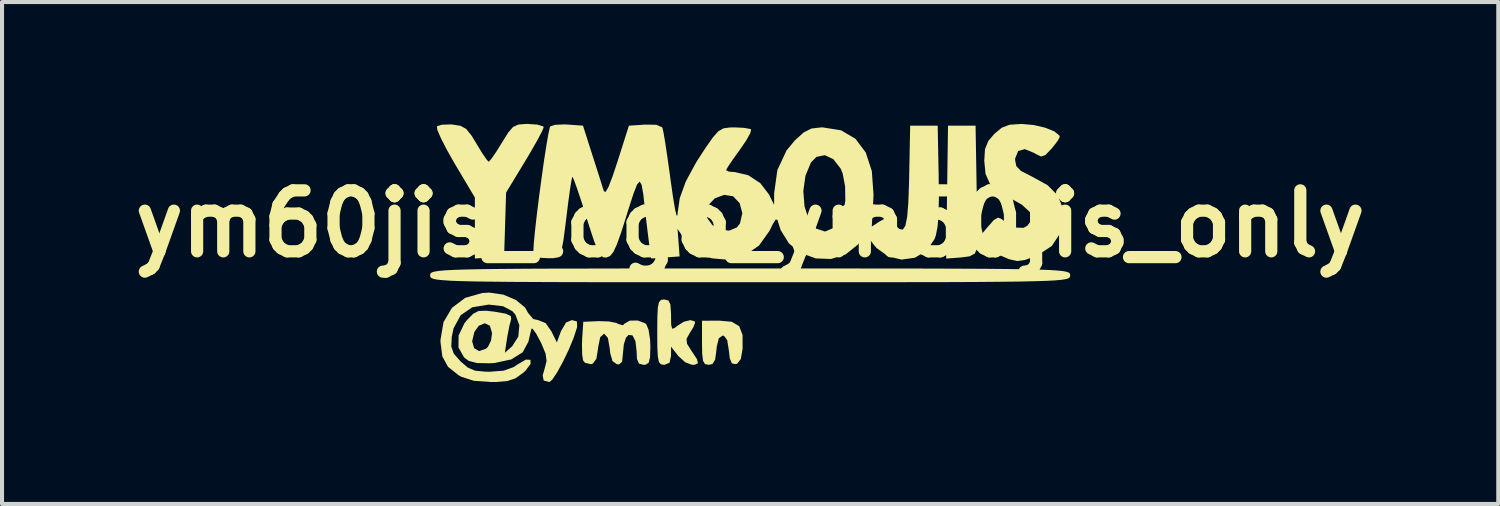
<source format=kicad_pcb>
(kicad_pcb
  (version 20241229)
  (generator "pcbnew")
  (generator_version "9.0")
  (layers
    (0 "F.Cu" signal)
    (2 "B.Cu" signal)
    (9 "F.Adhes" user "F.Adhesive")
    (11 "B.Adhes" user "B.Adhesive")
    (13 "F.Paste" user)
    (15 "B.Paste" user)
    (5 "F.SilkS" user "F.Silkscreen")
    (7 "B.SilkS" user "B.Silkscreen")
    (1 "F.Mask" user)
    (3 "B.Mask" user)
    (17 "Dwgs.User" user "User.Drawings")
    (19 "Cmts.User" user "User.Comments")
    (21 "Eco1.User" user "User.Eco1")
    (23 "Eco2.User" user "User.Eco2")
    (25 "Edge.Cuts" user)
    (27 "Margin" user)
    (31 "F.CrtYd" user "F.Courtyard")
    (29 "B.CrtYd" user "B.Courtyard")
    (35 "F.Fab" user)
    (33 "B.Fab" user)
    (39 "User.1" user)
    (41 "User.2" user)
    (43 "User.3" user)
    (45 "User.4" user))
  (footprint "ym60jis_logo_ym60jis_only"
    (layer "F.Cu")
    (at 15.407 2.455)
    (property "Reference" "ym60jis_logo_ym60jis_only" (at 0 0 0) (layer "F.SilkS") (effects (font (size 1.5 1.5) (thickness 0.3))))
    (attr board_only exclude_from_pos_files exclude_from_bom)
    (fp_poly (pts (xy -0.453 2.412) (xy -0.269 2.521) (xy -0.187 2.737) (xy -0.186 3.072) (xy -0.229 3.327) (xy -0.319 3.443) (xy -0.355 3.455) (xy -0.449 3.437) (xy -0.501 3.313) (xy -0.524 3.117) (xy -0.565 2.863) (xy -0.644 2.758) (xy -0.677 2.752) (xy -0.771 2.817) (xy -0.822 3.026) (xy -0.83 3.111) (xy -0.862 3.345) (xy -0.928 3.451) (xy -1.021 3.471) (xy -1.111 3.453) (xy -1.16 3.371) (xy -1.181 3.191) (xy -1.185 2.929) (xy -1.185 2.387) (xy -0.762 2.384)) (stroke (width 0) (type solid)) (fill yes) (layer "F.SilkS"))
    (fp_poly (pts (xy -5.231 -2.439) (xy -5.096 -2.397) (xy -5.08 -2.374) (xy -5.122 -2.271) (xy -5.234 -2.059) (xy -5.398 -1.771) (xy -5.542 -1.529) (xy -6.005 -0.767) (xy -6.029 0.019) (xy -6.054 0.804) (xy -6.413 0.83) (xy -6.773 0.856) (xy -6.773 0.106) (xy -6.773 -0.645) (xy -7.274 -1.486) (xy -7.465 -1.824) (xy -7.611 -2.109) (xy -7.697 -2.311) (xy -7.708 -2.398) (xy -7.588 -2.436) (xy -7.373 -2.444) (xy -7.317 -2.44) (xy -7.124 -2.409) (xy -6.985 -2.331) (xy -6.853 -2.166) (xy -6.734 -1.97) (xy -6.592 -1.736) (xy -6.481 -1.575) (xy -6.433 -1.525) (xy -6.371 -1.592) (xy -6.251 -1.765) (xy -6.111 -1.99) (xy -5.954 -2.242) (xy -5.833 -2.382) (xy -5.703 -2.441) (xy -5.515 -2.455) (xy -5.456 -2.455)) (stroke (width 0) (type solid)) (fill yes) (layer "F.SilkS"))
    (fp_poly (pts (xy -2.012 1.887) (xy -1.962 1.987) (xy -1.948 2.207) (xy -1.947 2.257) (xy -1.943 2.491) (xy -1.918 2.584) (xy -1.855 2.564) (xy -1.792 2.511) (xy -1.63 2.41) (xy -1.467 2.371) (xy -1.365 2.403) (xy -1.355 2.436) (xy -1.399 2.548) (xy -1.487 2.691) (xy -1.566 2.832) (xy -1.553 2.954) (xy -1.445 3.125) (xy -1.311 3.328) (xy -1.284 3.432) (xy -1.363 3.469) (xy -1.433 3.471) (xy -1.596 3.409) (xy -1.765 3.257) (xy -1.772 3.248) (xy -1.947 3.025) (xy -1.947 3.248) (xy -1.983 3.42) (xy -2.108 3.471) (xy -2.117 3.471) (xy -2.195 3.459) (xy -2.245 3.402) (xy -2.272 3.268) (xy -2.284 3.026) (xy -2.286 2.667) (xy -2.283 2.293) (xy -2.271 2.057) (xy -2.243 1.928) (xy -2.192 1.873) (xy -2.117 1.863)) (stroke (width 0) (type solid)) (fill yes) (layer "F.SilkS"))
    (fp_poly (pts (xy -2.585 2.449) (xy -2.557 2.472) (xy -2.499 2.61) (xy -2.462 2.852) (xy -2.455 3.023) (xy -2.463 3.286) (xy -2.497 3.421) (xy -2.573 3.468) (xy -2.625 3.471) (xy -2.736 3.442) (xy -2.785 3.326) (xy -2.794 3.138) (xy -2.822 2.89) (xy -2.894 2.748) (xy -2.991 2.735) (xy -3.056 2.804) (xy -3.108 2.967) (xy -3.131 3.198) (xy -3.131 3.202) (xy -3.151 3.396) (xy -3.224 3.46) (xy -3.281 3.456) (xy -3.387 3.38) (xy -3.444 3.182) (xy -3.455 3.068) (xy -3.5 2.81) (xy -3.587 2.71) (xy -3.598 2.709) (xy -3.689 2.791) (xy -3.739 3.033) (xy -3.742 3.068) (xy -3.783 3.321) (xy -3.868 3.439) (xy -3.916 3.456) (xy -4.064 3.421) (xy -4.112 3.361) (xy -4.134 3.207) (xy -4.138 2.958) (xy -4.133 2.826) (xy -4.106 2.413) (xy -3.728 2.396) (xy -3.475 2.404) (xy -3.288 2.443) (xy -3.249 2.464) (xy -3.132 2.498) (xy -3.093 2.459) (xy -2.962 2.384) (xy -2.764 2.381)) (stroke (width 0) (type solid)) (fill yes) (layer "F.SilkS"))
    (fp_poly (pts (xy 1.331 1.101) (xy 2.503 1.101) (xy 3.526 1.102) (xy 4.41 1.103) (xy 5.166 1.106) (xy 5.802 1.109) (xy 6.331 1.114) (xy 6.76 1.12) (xy 7.102 1.128) (xy 7.365 1.138) (xy 7.561 1.151) (xy 7.698 1.165) (xy 7.788 1.183) (xy 7.841 1.203) (xy 7.866 1.226) (xy 7.873 1.253) (xy 7.874 1.27) (xy 7.872 1.299) (xy 7.858 1.324) (xy 7.823 1.346) (xy 7.756 1.365) (xy 7.647 1.381) (xy 7.487 1.395) (xy 7.264 1.406) (xy 6.97 1.415) (xy 6.592 1.423) (xy 6.123 1.428) (xy 5.551 1.433) (xy 4.866 1.436) (xy 4.058 1.437) (xy 3.117 1.439) (xy 2.033 1.439) (xy 0.796 1.439) (xy 0 1.439) (xy -1.331 1.439) (xy -2.503 1.439) (xy -3.526 1.438) (xy -4.41 1.437) (xy -5.166 1.434) (xy -5.802 1.431) (xy -6.331 1.426) (xy -6.76 1.42) (xy -7.102 1.412) (xy -7.365 1.402) (xy -7.561 1.389) (xy -7.698 1.375) (xy -7.788 1.357) (xy -7.841 1.337) (xy -7.866 1.314) (xy -7.873 1.287) (xy -7.874 1.27) (xy -7.872 1.241) (xy -7.858 1.216) (xy -7.823 1.194) (xy -7.756 1.175) (xy -7.647 1.159) (xy -7.487 1.145) (xy -7.264 1.134) (xy -6.97 1.125) (xy -6.592 1.117) (xy -6.123 1.112) (xy -5.551 1.107) (xy -4.866 1.104) (xy -4.058 1.103) (xy -3.117 1.101) (xy -2.033 1.101) (xy -0.796 1.101) (xy 0 1.101)) (stroke (width 0) (type solid)) (fill yes) (layer "F.SilkS"))
    (fp_poly (pts (xy 6.977 -2.429) (xy 7.259 -2.363) (xy 7.486 -2.271) (xy 7.608 -2.171) (xy 7.617 -2.136) (xy 7.565 -2.037) (xy 7.438 -1.874) (xy 7.407 -1.839) (xy 7.263 -1.689) (xy 7.158 -1.654) (xy 7.025 -1.718) (xy 6.987 -1.742) (xy 6.757 -1.836) (xy 6.594 -1.789) (xy 6.521 -1.609) (xy 6.519 -1.564) (xy 6.549 -1.416) (xy 6.663 -1.299) (xy 6.901 -1.177) (xy 6.913 -1.171) (xy 7.316 -0.95) (xy 7.567 -0.699) (xy 7.688 -0.395) (xy 7.705 -0.191) (xy 7.634 0.224) (xy 7.422 0.547) (xy 7.068 0.778) (xy 7.027 0.795) (xy 6.762 0.891) (xy 6.57 0.918) (xy 6.374 0.874) (xy 6.128 0.769) (xy 5.899 0.648) (xy 5.739 0.532) (xy 5.708 0.497) (xy 5.646 0.453) (xy 5.595 0.565) (xy 5.588 0.594) (xy 5.529 0.732) (xy 5.401 0.802) (xy 5.181 0.83) (xy 4.822 0.857) (xy 4.845 -0.778) (xy 4.868 -2.413) (xy 5.207 -2.413) (xy 5.546 -2.413) (xy 5.57 -1.016) (xy 5.595 0.381) (xy 5.838 0.086) (xy 5.994 -0.09) (xy 6.095 -0.151) (xy 6.189 -0.114) (xy 6.237 -0.075) (xy 6.501 0.093) (xy 6.724 0.101) (xy 6.817 0.052) (xy 6.934 -0.106) (xy 6.889 -0.282) (xy 6.685 -0.469) (xy 6.456 -0.598) (xy 6.109 -0.792) (xy 5.897 -0.988) (xy 5.791 -1.227) (xy 5.76 -1.548) (xy 5.76 -1.552) (xy 5.778 -1.836) (xy 5.858 -2.035) (xy 6.005 -2.208) (xy 6.189 -2.363) (xy 6.384 -2.436) (xy 6.665 -2.455) (xy 6.686 -2.455)) (stroke (width 0) (type solid)) (fill yes) (layer "F.SilkS"))
    (fp_poly (pts (xy -6.074 1.744) (xy -5.764 1.875) (xy -5.538 2.061) (xy -5.463 2.195) (xy -5.338 2.344) (xy -5.217 2.371) (xy -5.032 2.444) (xy -4.891 2.646) (xy -4.756 2.921) (xy -4.656 2.646) (xy -4.529 2.429) (xy -4.385 2.371) (xy -4.263 2.404) (xy -4.257 2.534) (xy -4.264 2.564) (xy -4.344 2.81) (xy -4.465 3.102) (xy -4.607 3.397) (xy -4.748 3.655) (xy -4.868 3.835) (xy -4.94 3.895) (xy -5.079 3.859) (xy -5.105 3.732) (xy -5.053 3.553) (xy -5.009 3.376) (xy -5.033 3.197) (xy -5.135 2.95) (xy -5.159 2.902) (xy -5.271 2.694) (xy -5.354 2.583) (xy -5.381 2.582) (xy -5.415 2.723) (xy -5.455 2.899) (xy -5.595 3.161) (xy -5.876 3.338) (xy -6.29 3.426) (xy -6.411 3.433) (xy -6.724 3.427) (xy -6.925 3.374) (xy -7.038 3.291) (xy -7.177 3.044) (xy -7.175 2.892) (xy -6.84 2.892) (xy -6.792 3.06) (xy -6.671 3.133) (xy -6.507 3.079) (xy -6.452 3.031) (xy -6.376 2.875) (xy -6.35 2.692) (xy -6.403 2.51) (xy -6.529 2.448) (xy -6.678 2.511) (xy -6.786 2.662) (xy -6.84 2.892) (xy -7.175 2.892) (xy -7.173 2.749) (xy -7.03 2.448) (xy -6.963 2.366) (xy -6.816 2.216) (xy -6.683 2.147) (xy -6.499 2.14) (xy -6.281 2.165) (xy -6.015 2.212) (xy -5.89 2.27) (xy -5.88 2.347) (xy -5.922 2.506) (xy -5.97 2.749) (xy -5.982 2.823) (xy -6.036 3.175) (xy -5.855 3.014) (xy -5.705 2.779) (xy -5.679 2.497) (xy -5.777 2.234) (xy -5.851 2.151) (xy -6.079 2.03) (xy -6.424 1.99) (xy -6.442 1.99) (xy -6.837 2.056) (xy -7.123 2.251) (xy -7.297 2.573) (xy -7.341 2.777) (xy -7.354 3.019) (xy -7.294 3.193) (xy -7.129 3.383) (xy -6.949 3.538) (xy -6.769 3.615) (xy -6.515 3.64) (xy -6.41 3.641) (xy -6.064 3.615) (xy -5.817 3.526) (xy -5.72 3.46) (xy -5.518 3.342) (xy -5.406 3.348) (xy -5.403 3.448) (xy -5.526 3.614) (xy -5.589 3.671) (xy -5.773 3.802) (xy -5.969 3.869) (xy -6.242 3.893) (xy -6.378 3.894) (xy -6.798 3.864) (xy -7.106 3.765) (xy -7.17 3.73) (xy -7.433 3.521) (xy -7.574 3.265) (xy -7.619 2.911) (xy -7.62 2.863) (xy -7.545 2.421) (xy -7.336 2.068) (xy -7.011 1.823) (xy -6.587 1.703) (xy -6.418 1.694)) (stroke (width 0) (type solid)) (fill yes) (layer "F.SilkS"))
    (fp_poly (pts (xy -4.481 -2.44) (xy -4.113 -2.413) (xy -3.883 -1.693) (xy -3.773 -1.349) (xy -3.678 -1.051) (xy -3.614 -0.847) (xy -3.601 -0.804) (xy -3.559 -0.781) (xy -3.487 -0.901) (xy -3.383 -1.173) (xy -3.266 -1.524) (xy -2.983 -2.413) (xy -2.591 -2.439) (xy -2.307 -2.435) (xy -2.169 -2.374) (xy -2.156 -2.351) (xy -2.129 -2.229) (xy -2.086 -1.973) (xy -2.033 -1.616) (xy -1.974 -1.194) (xy -1.955 -1.055) (xy -1.896 -0.642) (xy -1.847 -0.354) (xy -1.811 -0.203) (xy -1.79 -0.203) (xy -1.786 -0.254) (xy -1.77 -0.363) (xy -1.07 -0.363) (xy -1.057 -0.142) (xy -0.929 0.035) (xy -0.733 0.145) (xy -0.517 0.17) (xy -0.327 0.09) (xy -0.25 -0.008) (xy -0.193 -0.26) (xy -0.258 -0.507) (xy -0.419 -0.675) (xy -0.643 -0.71) (xy -0.871 -0.624) (xy -1.037 -0.448) (xy -1.07 -0.363) (xy -1.77 -0.363) (xy -1.732 -0.63) (xy -1.585 -1.037) (xy -1.331 -1.507) (xy -1.104 -1.858) (xy -0.918 -2.123) (xy -0.783 -2.276) (xy -0.655 -2.348) (xy -0.493 -2.369) (xy -0.392 -2.371) (xy -0.157 -2.36) (xy -0.001 -2.332) (xy 0.024 -2.319) (xy 0.004 -2.23) (xy -0.098 -2.048) (xy -0.258 -1.814) (xy -0.428 -1.578) (xy -0.548 -1.399) (xy -0.593 -1.316) (xy -0.52 -1.282) (xy -0.373 -1.27) (xy -0.049 -1.195) (xy 0.251 -0.997) (xy 0.461 -0.724) (xy 0.589 -0.466) (xy 0.591 -0.762) (xy 0.597 -0.802) (xy 1.308 -0.802) (xy 1.338 -0.425) (xy 1.443 -0.102) (xy 1.622 0.118) (xy 1.624 0.12) (xy 1.843 0.192) (xy 2.062 0.099) (xy 2.193 -0.032) (xy 2.292 -0.252) (xy 2.341 -0.569) (xy 2.336 -0.918) (xy 2.277 -1.233) (xy 2.228 -1.355) (xy 2.047 -1.588) (xy 1.836 -1.687) (xy 1.631 -1.645) (xy 1.496 -1.508) (xy 1.36 -1.179) (xy 1.308 -0.802) (xy 0.597 -0.802) (xy 0.67 -1.322) (xy 0.895 -1.803) (xy 1.1 -2.051) (xy 1.319 -2.248) (xy 1.509 -2.343) (xy 1.743 -2.37) (xy 1.789 -2.37) (xy 2.237 -2.299) (xy 2.59 -2.091) (xy 2.844 -1.753) (xy 2.994 -1.293) (xy 3.035 -0.716) (xy 3.03 -0.586) (xy 2.992 0.07) (xy 3.189 -0.059) (xy 3.338 -0.138) (xy 3.444 -0.105) (xy 3.55 0.012) (xy 3.666 0.127) (xy 3.754 0.145) (xy 3.818 0.051) (xy 3.863 -0.169) (xy 3.892 -0.527) (xy 3.91 -1.038) (xy 3.913 -1.187) (xy 3.937 -2.413) (xy 4.276 -2.413) (xy 4.614 -2.413) (xy 4.638 -1.167) (xy 4.643 -0.622) (xy 4.635 -0.218) (xy 4.611 0.075) (xy 4.569 0.285) (xy 4.535 0.381) (xy 4.336 0.668) (xy 4.053 0.836) (xy 3.727 0.882) (xy 3.398 0.804) (xy 3.108 0.596) (xy 3.034 0.507) (xy 2.857 0.267) (xy 2.651 0.512) (xy 2.347 0.756) (xy 1.989 0.867) (xy 1.614 0.853) (xy 1.258 0.724) (xy 0.958 0.489) (xy 0.751 0.158) (xy 0.708 0.024) (xy 0.671 -0.096) (xy 0.628 -0.105) (xy 0.556 0.011) (xy 0.475 0.177) (xy 0.218 0.536) (xy -0.128 0.777) (xy -0.527 0.887) (xy -0.943 0.851) (xy -1.124 0.784) (xy -1.379 0.622) (xy -1.59 0.415) (xy -1.615 0.381) (xy -1.787 0.127) (xy -1.761 0.466) (xy -1.736 0.804) (xy -2.085 0.83) (xy -2.435 0.855) (xy -2.486 0.491) (xy -2.525 0.184) (xy -2.568 -0.178) (xy -2.586 -0.339) (xy -2.629 -0.721) (xy -2.67 -0.956) (xy -2.718 -1.038) (xy -2.782 -0.967) (xy -2.871 -0.739) (xy -2.996 -0.352) (xy -3.039 -0.212) (xy -3.176 0.221) (xy -3.282 0.516) (xy -3.368 0.698) (xy -3.447 0.794) (xy -3.531 0.83) (xy -3.533 0.831) (xy -3.613 0.827) (xy -3.683 0.773) (xy -3.756 0.644) (xy -3.844 0.415) (xy -3.96 0.061) (xy -4.03 -0.164) (xy -4.151 -0.546) (xy -4.256 -0.859) (xy -4.333 -1.072) (xy -4.372 -1.157) (xy -4.374 -1.157) (xy -4.397 -1.066) (xy -4.432 -0.848) (xy -4.474 -0.542) (xy -4.49 -0.416) (xy -4.55 0.069) (xy -4.595 0.411) (xy -4.638 0.635) (xy -4.686 0.766) (xy -4.751 0.829) (xy -4.843 0.847) (xy -4.971 0.847) (xy -4.999 0.847) (xy -5.218 0.833) (xy -5.315 0.775) (xy -5.334 0.671) (xy -5.323 0.475) (xy -5.293 0.166) (xy -5.249 -0.222) (xy -5.195 -0.656) (xy -5.135 -1.103) (xy -5.075 -1.531) (xy -5.017 -1.906) (xy -4.968 -2.195) (xy -4.931 -2.366) (xy -4.919 -2.396) (xy -4.798 -2.434) (xy -4.577 -2.444)) (stroke (width 0) (type solid)) (fill yes) (layer "F.SilkS")))
  (gr_rect
    (start -3 -3)
    (end 33.814 9.35)
    (stroke (width 0.1) (type default))
    (fill no)
    (layer "Edge.Cuts")))
</source>
